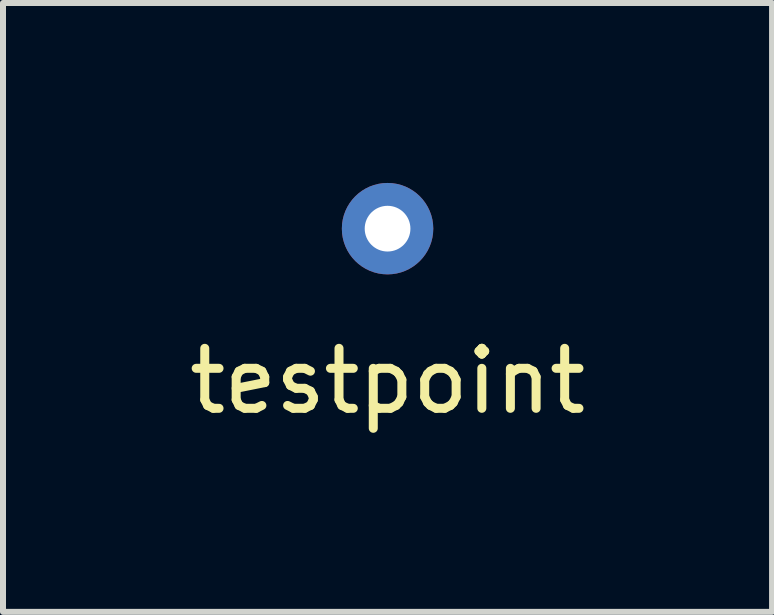
<source format=kicad_pcb>
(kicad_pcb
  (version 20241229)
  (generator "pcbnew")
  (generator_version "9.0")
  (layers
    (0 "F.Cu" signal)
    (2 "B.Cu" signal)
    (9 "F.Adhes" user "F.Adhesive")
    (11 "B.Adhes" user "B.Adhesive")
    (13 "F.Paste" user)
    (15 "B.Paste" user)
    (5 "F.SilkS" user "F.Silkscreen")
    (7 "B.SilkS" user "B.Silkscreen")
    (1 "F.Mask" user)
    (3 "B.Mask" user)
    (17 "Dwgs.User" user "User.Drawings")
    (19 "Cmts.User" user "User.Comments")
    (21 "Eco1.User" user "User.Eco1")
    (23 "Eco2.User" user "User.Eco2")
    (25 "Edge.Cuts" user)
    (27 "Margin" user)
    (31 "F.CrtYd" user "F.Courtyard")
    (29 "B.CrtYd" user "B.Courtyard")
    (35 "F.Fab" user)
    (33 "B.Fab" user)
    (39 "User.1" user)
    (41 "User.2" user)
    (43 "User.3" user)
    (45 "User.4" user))
  (footprint "testpoint"
    (layer "F.Cu")
    (at 3.411 0.762)
    (property "Reference" "testpoint" (at 0 2.54 0) (layer "F.SilkS") (effects (font (size 1 1) (thickness 0.15))))
    (attr through_hole)
    (pad "1" thru_hole circle (at 0 0) (size 1.524 1.524) (drill 0.762) (layers "*.Cu" "*.Mask")))
  (gr_rect
    (start -3 -3)
    (end 9.821 7.15)
    (stroke (width 0.1) (type default))
    (fill no)
    (layer "Edge.Cuts")))
</source>
